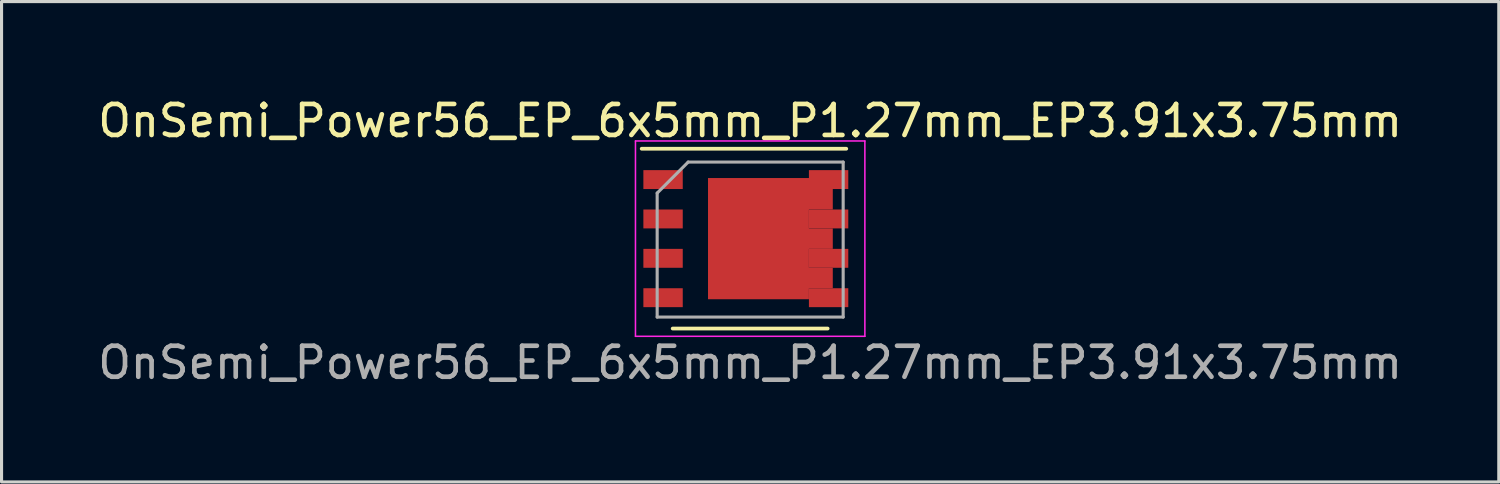
<source format=kicad_pcb>
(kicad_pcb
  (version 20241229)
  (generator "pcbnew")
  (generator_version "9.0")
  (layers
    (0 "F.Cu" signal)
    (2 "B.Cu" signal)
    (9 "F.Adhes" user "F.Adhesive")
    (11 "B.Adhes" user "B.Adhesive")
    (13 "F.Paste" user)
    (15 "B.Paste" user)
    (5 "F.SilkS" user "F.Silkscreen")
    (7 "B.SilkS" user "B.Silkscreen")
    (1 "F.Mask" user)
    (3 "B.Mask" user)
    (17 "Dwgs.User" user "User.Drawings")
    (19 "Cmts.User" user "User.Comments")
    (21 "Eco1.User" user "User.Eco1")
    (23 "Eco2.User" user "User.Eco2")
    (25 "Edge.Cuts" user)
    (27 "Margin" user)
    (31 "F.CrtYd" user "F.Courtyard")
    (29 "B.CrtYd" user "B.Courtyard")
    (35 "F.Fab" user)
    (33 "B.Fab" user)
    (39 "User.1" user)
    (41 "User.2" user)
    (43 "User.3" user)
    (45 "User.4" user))
  (footprint "OnSemi_Power56_EP_6x5mm_P1.27mm_EP3.91x3.75mm"
    (layer "F.Cu")
    (at 21.149 4.648)
    (property "Reference" "OnSemi_Power56_EP_6x5mm_P1.27mm_EP3.91x3.75mm" (at 0 -3.8 0) (layer "F.SilkS") (effects (font (size 1 1) (thickness 0.15))))
    (attr smd)
    (fp_line (start -3.5 -2.9) (end 3.1 -2.9) (stroke (width 0.12) (type solid)) (layer "F.SilkS"))
    (fp_line (start -2.5 2.9) (end 2.5 2.9) (stroke (width 0.12) (type solid)) (layer "F.SilkS"))
    (fp_line (start -3.7 -3.15) (end 3.7 -3.15) (stroke (width 0.05) (type solid)) (layer "F.CrtYd"))
    (fp_line (start -3.7 3.15) (end -3.7 -3.15) (stroke (width 0.05) (type solid)) (layer "F.CrtYd"))
    (fp_line (start 3.7 -3.15) (end 3.7 3.15) (stroke (width 0.05) (type solid)) (layer "F.CrtYd"))
    (fp_line (start 3.7 3.15) (end -3.7 3.15) (stroke (width 0.05) (type solid)) (layer "F.CrtYd"))
    (fp_line (start -3 2.53) (end -3 -1.47) (stroke (width 0.1) (type solid)) (layer "F.Fab"))
    (fp_line (start -2 -2.47) (end -3 -1.47) (stroke (width 0.1) (type solid)) (layer "F.Fab"))
    (fp_line (start -2 -2.47) (end 3 -2.47) (stroke (width 0.1) (type solid)) (layer "F.Fab"))
    (fp_line (start 3 -2.47) (end 3 2.53) (stroke (width 0.1) (type solid)) (layer "F.Fab"))
    (fp_line (start 3 2.53) (end -3 2.53) (stroke (width 0.1) (type solid)) (layer "F.Fab"))
    (fp_text user "${REFERENCE}" (at 0 4 0) (layer "F.Fab") (effects (font (size 1 1) (thickness 0.15))))
    (pad "1" smd rect (at -2.81 -1.905) (size 1.27 0.61) (layers "F.Cu" "F.Mask" "F.Paste"))
    (pad "2" smd rect (at -2.81 -0.635) (size 1.27 0.61) (layers "F.Cu" "F.Mask" "F.Paste"))
    (pad "3" smd rect (at -2.81 0.635) (size 1.27 0.61) (layers "F.Cu" "F.Mask" "F.Paste"))
    (pad "4" smd rect (at -2.81 1.905) (size 1.27 0.61) (layers "F.Cu" "F.Mask" "F.Paste"))
    (pad "5" smd custom (at 2.53 -1.905 180) (size 1.27 0.61) (layers "F.Cu" "F.Mask" "F.Paste") (options (anchor rect)) (primitives (gr_poly (pts (xy -0.635 0.305) (xy 0.635 0.305) (xy 0.635 0.05) (xy 3.89 0.05) (xy 3.89 -3.86) (xy 0.635 -3.86) (xy 0.635 -3.505) (xy -0.135 -3.505) (xy -0.135 -2.845) (xy 0.635 -2.845) (xy 0.635 -2.235) (xy -0.135 -2.235) (xy -0.135 -1.575) (xy 0.635 -1.575) (xy 0.635 -0.965) (xy -0.135 -0.965) (xy -0.135 -0.305) (xy -0.635 -0.305)) (width 0) (fill yes))))
    (pad "5" smd rect (at 2.53 -0.635) (size 1.27 0.61) (layers "F.Cu" "F.Mask" "F.Paste"))
    (pad "5" smd rect (at 2.53 0.635) (size 1.27 0.61) (layers "F.Cu" "F.Mask" "F.Paste"))
    (pad "5" smd rect (at 2.53 1.905) (size 1.27 0.61) (layers "F.Cu" "F.Mask" "F.Paste")))
  (gr_rect
    (start -3 -3)
    (end 45.298 12.496)
    (stroke (width 0.1) (type default))
    (fill no)
    (layer "Edge.Cuts")))
</source>
